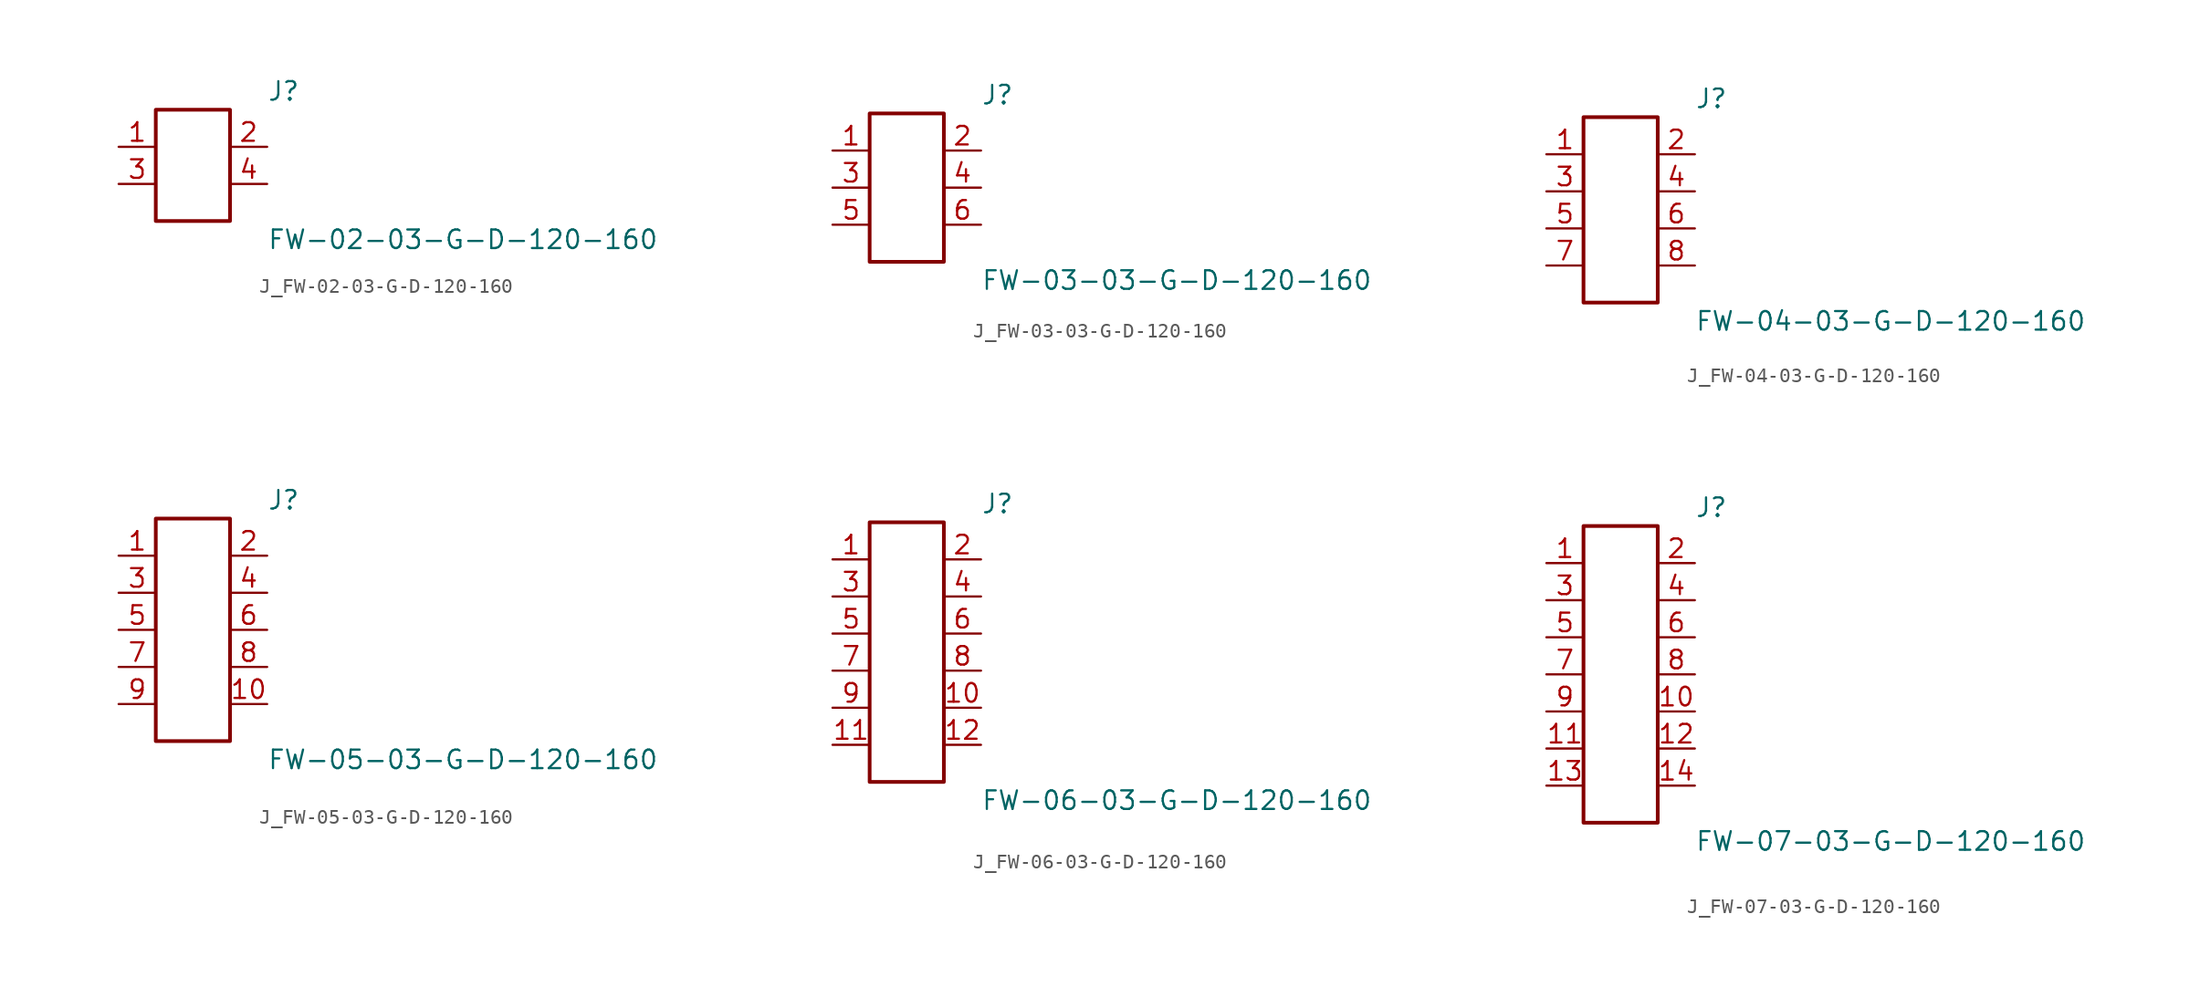
<source format=kicad_sym>
(kicad_symbol_lib
  (version 20231120)
  (generator kicad_symbol_editor)
  (generator_version 8.0)
  (symbol "J_FW-02-03-G-D-120-160"
    (pin_names
      (offset 0.254))
    (property "Reference" "J"
      (at 5.08 5.08 0)
      (effects (font (size 1.27 1.27)) (justify left)))
    (property "Value" "FW-02-03-G-D-120-160"
      (at 5.08 -5.08 0)
      (effects (font (size 1.27 1.27)) (justify left)))
    (symbol "J_FW-02-03-G-D-120-160_0_0"
      (pin passive line (at -5.08 1.27 0) (length 2.54) (name "" (effects (font (size 1.27 1.27)))) (number "1" (effects (font (size 1.27 1.27)))))
      (pin passive line (at 5.08 1.27 180) (length 2.54) (name "" (effects (font (size 1.27 1.27)))) (number "2" (effects (font (size 1.27 1.27)))))
      (pin passive line (at -5.08 -1.27 0) (length 2.54) (name "" (effects (font (size 1.27 1.27)))) (number "3" (effects (font (size 1.27 1.27)))))
      (pin passive line (at 5.08 -1.27 180) (length 2.54) (name "" (effects (font (size 1.27 1.27)))) (number "4" (effects (font (size 1.27 1.27))))))
    (symbol "J_FW-02-03-G-D-120-160_1_0"
      (rectangle (start -2.54 3.81) (end 2.54 -3.81) (stroke (width 0.254) (type solid)) (fill (type none)))))
  (symbol "J_FW-03-03-G-D-120-160"
    (pin_names
      (offset 0.254))
    (property "Reference" "J"
      (at 5.08 6.35 0)
      (effects (font (size 1.27 1.27)) (justify left)))
    (property "Value" "FW-03-03-G-D-120-160"
      (at 5.08 -6.35 0)
      (effects (font (size 1.27 1.27)) (justify left)))
    (symbol "J_FW-03-03-G-D-120-160_0_0"
      (pin passive line (at -5.08 2.54 0) (length 2.54) (name "" (effects (font (size 1.27 1.27)))) (number "1" (effects (font (size 1.27 1.27)))))
      (pin passive line (at 5.08 2.54 180) (length 2.54) (name "" (effects (font (size 1.27 1.27)))) (number "2" (effects (font (size 1.27 1.27)))))
      (pin passive line (at -5.08 0.0 0) (length 2.54) (name "" (effects (font (size 1.27 1.27)))) (number "3" (effects (font (size 1.27 1.27)))))
      (pin passive line (at 5.08 0.0 180) (length 2.54) (name "" (effects (font (size 1.27 1.27)))) (number "4" (effects (font (size 1.27 1.27)))))
      (pin passive line (at -5.08 -2.54 0) (length 2.54) (name "" (effects (font (size 1.27 1.27)))) (number "5" (effects (font (size 1.27 1.27)))))
      (pin passive line (at 5.08 -2.54 180) (length 2.54) (name "" (effects (font (size 1.27 1.27)))) (number "6" (effects (font (size 1.27 1.27))))))
    (symbol "J_FW-03-03-G-D-120-160_1_0"
      (rectangle (start -2.54 5.08) (end 2.54 -5.08) (stroke (width 0.254) (type solid)) (fill (type none)))))
  (symbol "J_FW-04-03-G-D-120-160"
    (pin_names
      (offset 0.254))
    (property "Reference" "J"
      (at 5.08 7.62 0)
      (effects (font (size 1.27 1.27)) (justify left)))
    (property "Value" "FW-04-03-G-D-120-160"
      (at 5.08 -7.62 0)
      (effects (font (size 1.27 1.27)) (justify left)))
    (symbol "J_FW-04-03-G-D-120-160_0_0"
      (pin passive line (at -5.08 3.81 0) (length 2.54) (name "" (effects (font (size 1.27 1.27)))) (number "1" (effects (font (size 1.27 1.27)))))
      (pin passive line (at 5.08 3.81 180) (length 2.54) (name "" (effects (font (size 1.27 1.27)))) (number "2" (effects (font (size 1.27 1.27)))))
      (pin passive line (at -5.08 1.27 0) (length 2.54) (name "" (effects (font (size 1.27 1.27)))) (number "3" (effects (font (size 1.27 1.27)))))
      (pin passive line (at 5.08 1.27 180) (length 2.54) (name "" (effects (font (size 1.27 1.27)))) (number "4" (effects (font (size 1.27 1.27)))))
      (pin passive line (at -5.08 -1.27 0) (length 2.54) (name "" (effects (font (size 1.27 1.27)))) (number "5" (effects (font (size 1.27 1.27)))))
      (pin passive line (at 5.08 -1.27 180) (length 2.54) (name "" (effects (font (size 1.27 1.27)))) (number "6" (effects (font (size 1.27 1.27)))))
      (pin passive line (at -5.08 -3.81 0) (length 2.54) (name "" (effects (font (size 1.27 1.27)))) (number "7" (effects (font (size 1.27 1.27)))))
      (pin passive line (at 5.08 -3.81 180) (length 2.54) (name "" (effects (font (size 1.27 1.27)))) (number "8" (effects (font (size 1.27 1.27))))))
    (symbol "J_FW-04-03-G-D-120-160_1_0"
      (rectangle (start -2.54 6.35) (end 2.54 -6.35) (stroke (width 0.254) (type solid)) (fill (type none)))))
  (symbol "J_FW-05-03-G-D-120-160"
    (pin_names
      (offset 0.254))
    (property "Reference" "J"
      (at 5.08 8.89 0)
      (effects (font (size 1.27 1.27)) (justify left)))
    (property "Value" "FW-05-03-G-D-120-160"
      (at 5.08 -8.89 0)
      (effects (font (size 1.27 1.27)) (justify left)))
    (symbol "J_FW-05-03-G-D-120-160_0_0"
      (pin passive line (at -5.08 5.08 0) (length 2.54) (name "" (effects (font (size 1.27 1.27)))) (number "1" (effects (font (size 1.27 1.27)))))
      (pin passive line (at 5.08 5.08 180) (length 2.54) (name "" (effects (font (size 1.27 1.27)))) (number "2" (effects (font (size 1.27 1.27)))))
      (pin passive line (at -5.08 2.54 0) (length 2.54) (name "" (effects (font (size 1.27 1.27)))) (number "3" (effects (font (size 1.27 1.27)))))
      (pin passive line (at 5.08 2.54 180) (length 2.54) (name "" (effects (font (size 1.27 1.27)))) (number "4" (effects (font (size 1.27 1.27)))))
      (pin passive line (at -5.08 0.0 0) (length 2.54) (name "" (effects (font (size 1.27 1.27)))) (number "5" (effects (font (size 1.27 1.27)))))
      (pin passive line (at 5.08 0.0 180) (length 2.54) (name "" (effects (font (size 1.27 1.27)))) (number "6" (effects (font (size 1.27 1.27)))))
      (pin passive line (at -5.08 -2.54 0) (length 2.54) (name "" (effects (font (size 1.27 1.27)))) (number "7" (effects (font (size 1.27 1.27)))))
      (pin passive line (at 5.08 -2.54 180) (length 2.54) (name "" (effects (font (size 1.27 1.27)))) (number "8" (effects (font (size 1.27 1.27)))))
      (pin passive line (at -5.08 -5.08 0) (length 2.54) (name "" (effects (font (size 1.27 1.27)))) (number "9" (effects (font (size 1.27 1.27)))))
      (pin passive line (at 5.08 -5.08 180) (length 2.54) (name "" (effects (font (size 1.27 1.27)))) (number "10" (effects (font (size 1.27 1.27))))))
    (symbol "J_FW-05-03-G-D-120-160_1_0"
      (rectangle (start -2.54 7.62) (end 2.54 -7.62) (stroke (width 0.254) (type solid)) (fill (type none)))))
  (symbol "J_FW-06-03-G-D-120-160"
    (pin_names
      (offset 0.254))
    (property "Reference" "J"
      (at 5.08 10.16 0)
      (effects (font (size 1.27 1.27)) (justify left)))
    (property "Value" "FW-06-03-G-D-120-160"
      (at 5.08 -10.16 0)
      (effects (font (size 1.27 1.27)) (justify left)))
    (symbol "J_FW-06-03-G-D-120-160_0_0"
      (pin passive line (at -5.08 6.35 0) (length 2.54) (name "" (effects (font (size 1.27 1.27)))) (number "1" (effects (font (size 1.27 1.27)))))
      (pin passive line (at 5.08 6.35 180) (length 2.54) (name "" (effects (font (size 1.27 1.27)))) (number "2" (effects (font (size 1.27 1.27)))))
      (pin passive line (at -5.08 3.81 0) (length 2.54) (name "" (effects (font (size 1.27 1.27)))) (number "3" (effects (font (size 1.27 1.27)))))
      (pin passive line (at 5.08 3.81 180) (length 2.54) (name "" (effects (font (size 1.27 1.27)))) (number "4" (effects (font (size 1.27 1.27)))))
      (pin passive line (at -5.08 1.27 0) (length 2.54) (name "" (effects (font (size 1.27 1.27)))) (number "5" (effects (font (size 1.27 1.27)))))
      (pin passive line (at 5.08 1.27 180) (length 2.54) (name "" (effects (font (size 1.27 1.27)))) (number "6" (effects (font (size 1.27 1.27)))))
      (pin passive line (at -5.08 -1.27 0) (length 2.54) (name "" (effects (font (size 1.27 1.27)))) (number "7" (effects (font (size 1.27 1.27)))))
      (pin passive line (at 5.08 -1.27 180) (length 2.54) (name "" (effects (font (size 1.27 1.27)))) (number "8" (effects (font (size 1.27 1.27)))))
      (pin passive line (at -5.08 -3.81 0) (length 2.54) (name "" (effects (font (size 1.27 1.27)))) (number "9" (effects (font (size 1.27 1.27)))))
      (pin passive line (at 5.08 -3.81 180) (length 2.54) (name "" (effects (font (size 1.27 1.27)))) (number "10" (effects (font (size 1.27 1.27)))))
      (pin passive line (at -5.08 -6.35 0) (length 2.54) (name "" (effects (font (size 1.27 1.27)))) (number "11" (effects (font (size 1.27 1.27)))))
      (pin passive line (at 5.08 -6.35 180) (length 2.54) (name "" (effects (font (size 1.27 1.27)))) (number "12" (effects (font (size 1.27 1.27))))))
    (symbol "J_FW-06-03-G-D-120-160_1_0"
      (rectangle (start -2.54 8.89) (end 2.54 -8.89) (stroke (width 0.254) (type solid)) (fill (type none)))))
  (symbol "J_FW-07-03-G-D-120-160"
    (pin_names
      (offset 0.254))
    (property "Reference" "J"
      (at 5.08 11.43 0)
      (effects (font (size 1.27 1.27)) (justify left)))
    (property "Value" "FW-07-03-G-D-120-160"
      (at 5.08 -11.43 0)
      (effects (font (size 1.27 1.27)) (justify left)))
    (symbol "J_FW-07-03-G-D-120-160_0_0"
      (pin passive line (at -5.08 7.62 0) (length 2.54) (name "" (effects (font (size 1.27 1.27)))) (number "1" (effects (font (size 1.27 1.27)))))
      (pin passive line (at 5.08 7.62 180) (length 2.54) (name "" (effects (font (size 1.27 1.27)))) (number "2" (effects (font (size 1.27 1.27)))))
      (pin passive line (at -5.08 5.08 0) (length 2.54) (name "" (effects (font (size 1.27 1.27)))) (number "3" (effects (font (size 1.27 1.27)))))
      (pin passive line (at 5.08 5.08 180) (length 2.54) (name "" (effects (font (size 1.27 1.27)))) (number "4" (effects (font (size 1.27 1.27)))))
      (pin passive line (at -5.08 2.54 0) (length 2.54) (name "" (effects (font (size 1.27 1.27)))) (number "5" (effects (font (size 1.27 1.27)))))
      (pin passive line (at 5.08 2.54 180) (length 2.54) (name "" (effects (font (size 1.27 1.27)))) (number "6" (effects (font (size 1.27 1.27)))))
      (pin passive line (at -5.08 0.0 0) (length 2.54) (name "" (effects (font (size 1.27 1.27)))) (number "7" (effects (font (size 1.27 1.27)))))
      (pin passive line (at 5.08 0.0 180) (length 2.54) (name "" (effects (font (size 1.27 1.27)))) (number "8" (effects (font (size 1.27 1.27)))))
      (pin passive line (at -5.08 -2.54 0) (length 2.54) (name "" (effects (font (size 1.27 1.27)))) (number "9" (effects (font (size 1.27 1.27)))))
      (pin passive line (at 5.08 -2.54 180) (length 2.54) (name "" (effects (font (size 1.27 1.27)))) (number "10" (effects (font (size 1.27 1.27)))))
      (pin passive line (at -5.08 -5.08 0) (length 2.54) (name "" (effects (font (size 1.27 1.27)))) (number "11" (effects (font (size 1.27 1.27)))))
      (pin passive line (at 5.08 -5.08 180) (length 2.54) (name "" (effects (font (size 1.27 1.27)))) (number "12" (effects (font (size 1.27 1.27)))))
      (pin passive line (at -5.08 -7.62 0) (length 2.54) (name "" (effects (font (size 1.27 1.27)))) (number "13" (effects (font (size 1.27 1.27)))))
      (pin passive line (at 5.08 -7.62 180) (length 2.54) (name "" (effects (font (size 1.27 1.27)))) (number "14" (effects (font (size 1.27 1.27))))))
    (symbol "J_FW-07-03-G-D-120-160_1_0"
      (rectangle (start -2.54 10.16) (end 2.54 -10.16) (stroke (width 0.254) (type solid)) (fill (type none))))))
</source>
